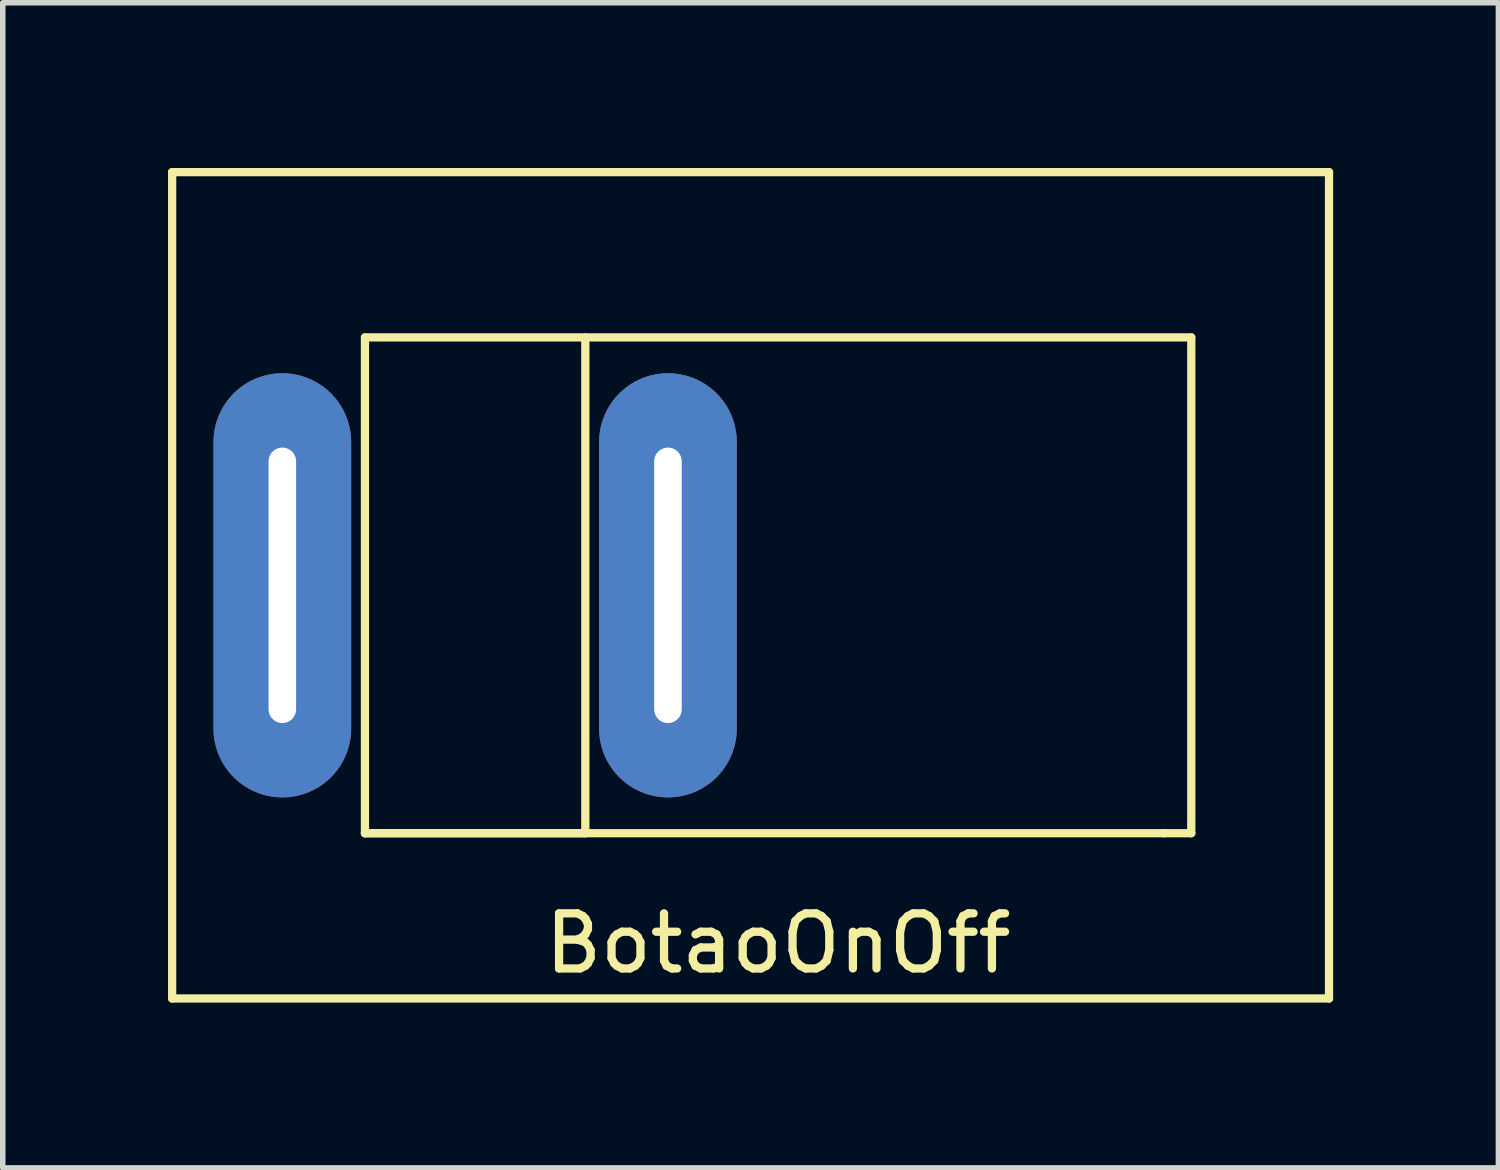
<source format=kicad_pcb>
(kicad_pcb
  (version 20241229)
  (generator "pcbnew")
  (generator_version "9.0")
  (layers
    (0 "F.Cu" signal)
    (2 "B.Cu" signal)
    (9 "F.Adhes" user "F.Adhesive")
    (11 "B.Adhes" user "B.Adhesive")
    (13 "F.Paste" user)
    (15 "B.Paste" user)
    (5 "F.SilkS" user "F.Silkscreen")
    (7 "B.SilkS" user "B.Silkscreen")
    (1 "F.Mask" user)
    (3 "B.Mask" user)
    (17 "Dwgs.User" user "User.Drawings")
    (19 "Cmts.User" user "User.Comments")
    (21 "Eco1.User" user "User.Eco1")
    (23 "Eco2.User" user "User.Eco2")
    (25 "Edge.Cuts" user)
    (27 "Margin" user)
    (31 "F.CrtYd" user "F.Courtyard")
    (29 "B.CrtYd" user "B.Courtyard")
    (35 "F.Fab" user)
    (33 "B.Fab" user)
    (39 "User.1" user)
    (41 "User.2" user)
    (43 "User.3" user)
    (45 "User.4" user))
  (footprint "BotaoOnOff"
    (layer "F.Cu")
    (at 11.075 7.575)
    (property "Reference" "BotaoOnOff" (at 0 6.5 0) (layer "F.SilkS") (effects (font (size 1 1) (thickness 0.15))))
    (attr through_hole)
    (fp_line (start -11 -7.5) (end 10 -7.5) (stroke (width 0.15) (type solid)) (layer "F.SilkS"))
    (fp_line (start -11 7.5) (end -11 -7.5) (stroke (width 0.15) (type solid)) (layer "F.SilkS"))
    (fp_line (start -7.5 -4.5) (end -7.5 4.5) (stroke (width 0.15) (type solid)) (layer "F.SilkS"))
    (fp_line (start -7.5 4.5) (end -3.5 4.5) (stroke (width 0.15) (type solid)) (layer "F.SilkS"))
    (fp_line (start -7.5 4.5) (end 7 4.5) (stroke (width 0.15) (type solid)) (layer "F.SilkS"))
    (fp_line (start -3.5 4.5) (end -3.5 -4.5) (stroke (width 0.15) (type solid)) (layer "F.SilkS"))
    (fp_line (start 7 4.5) (end 7.5 4.5) (stroke (width 0.15) (type solid)) (layer "F.SilkS"))
    (fp_line (start 7.5 -4.5) (end -7.5 -4.5) (stroke (width 0.15) (type solid)) (layer "F.SilkS"))
    (fp_line (start 7.5 4.5) (end 7.5 -4.5) (stroke (width 0.15) (type solid)) (layer "F.SilkS"))
    (fp_line (start 10 -7.5) (end 10 7.5) (stroke (width 0.15) (type solid)) (layer "F.SilkS"))
    (fp_line (start 10 7.5) (end -11 7.5) (stroke (width 0.15) (type solid)) (layer "F.SilkS"))
    (pad "1" thru_hole oval (at -9 0) (size 2.5 7.7) (drill oval 0.5 5) (layers "*.Cu" "*.Mask"))
    (pad "2" thru_hole oval (at -2 0) (size 2.5 7.7) (drill oval 0.5 5) (layers "*.Cu" "*.Mask")))
  (gr_rect
    (start -3 -3)
    (end 24.15 18.15)
    (stroke (width 0.1) (type default))
    (fill no)
    (layer "Edge.Cuts")))
</source>
